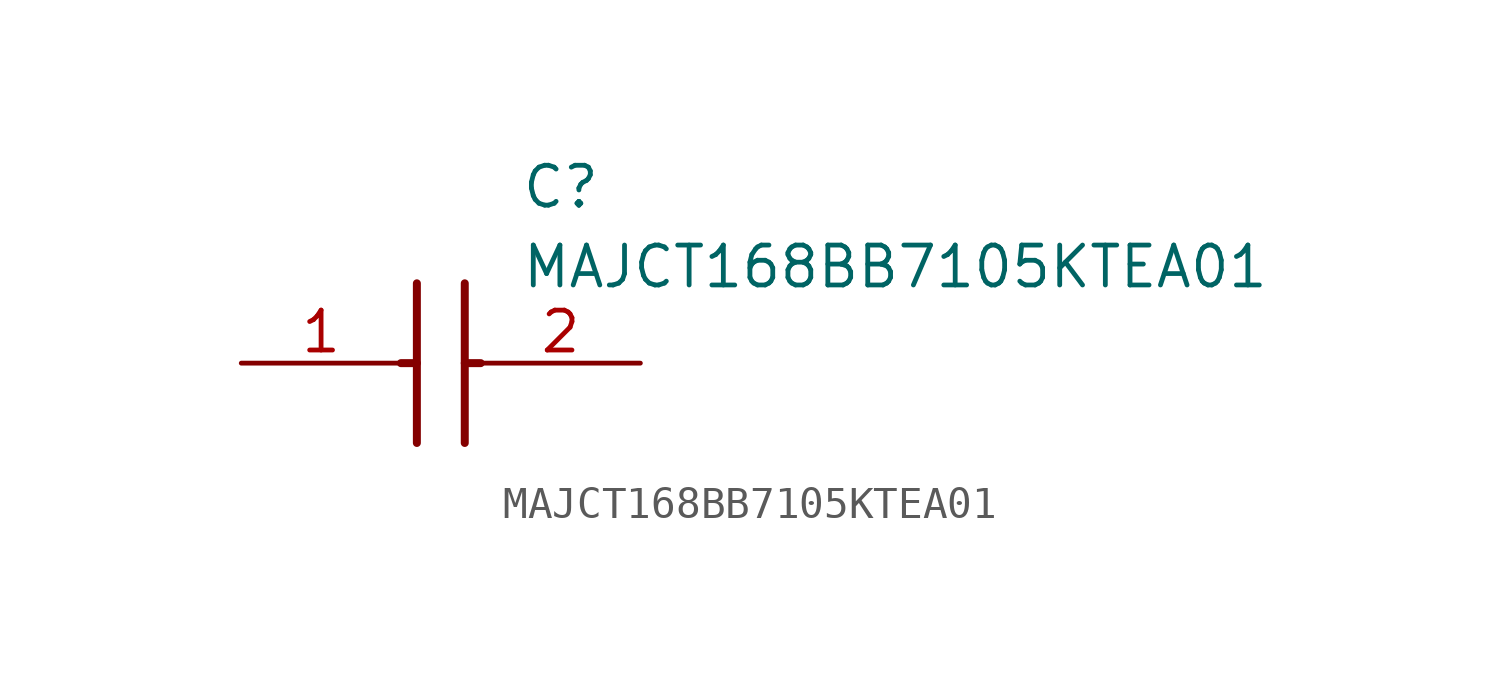
<source format=kicad_sym>
(kicad_symbol_lib
  (version 20211014)
  (generator SamacSys_ECAD_Model)
  (symbol "MAJCT168BB7105KTEA01"
    (pin_names hide)
    (property "Reference" "C"
      (at 8.89 6.35 0)
      (effects (font (size 1.27 1.27)) (justify left top)))
    (property "Value" "MAJCT168BB7105KTEA01"
      (at 8.89 3.81 0)
      (effects (font (size 1.27 1.27)) (justify left top)))
    (polyline
      (pts (xy 5.588 2.54) (xy 5.588 -2.54))
      (stroke (width 0.254) (type default))
      (fill (type none)))
    (polyline
      (pts (xy 7.112 2.54) (xy 7.112 -2.54))
      (stroke (width 0.254) (type default))
      (fill (type none)))
    (polyline
      (pts (xy 5.08 0) (xy 5.588 0))
      (stroke (width 0.254) (type default))
      (fill (type none)))
    (polyline
      (pts (xy 7.112 0) (xy 7.62 0))
      (stroke (width 0.254) (type default))
      (fill (type none)))
    (pin passive line
      (at 0 0 0)
      (length 5.08)
      (name "1" (effects (font (size 1.27 1.27))))
      (number "1" (effects (font (size 1.27 1.27)))))
    (pin passive line
      (at 12.7 0 180)
      (length 5.08)
      (name "2" (effects (font (size 1.27 1.27))))
      (number "2" (effects (font (size 1.27 1.27)))))))
</source>
